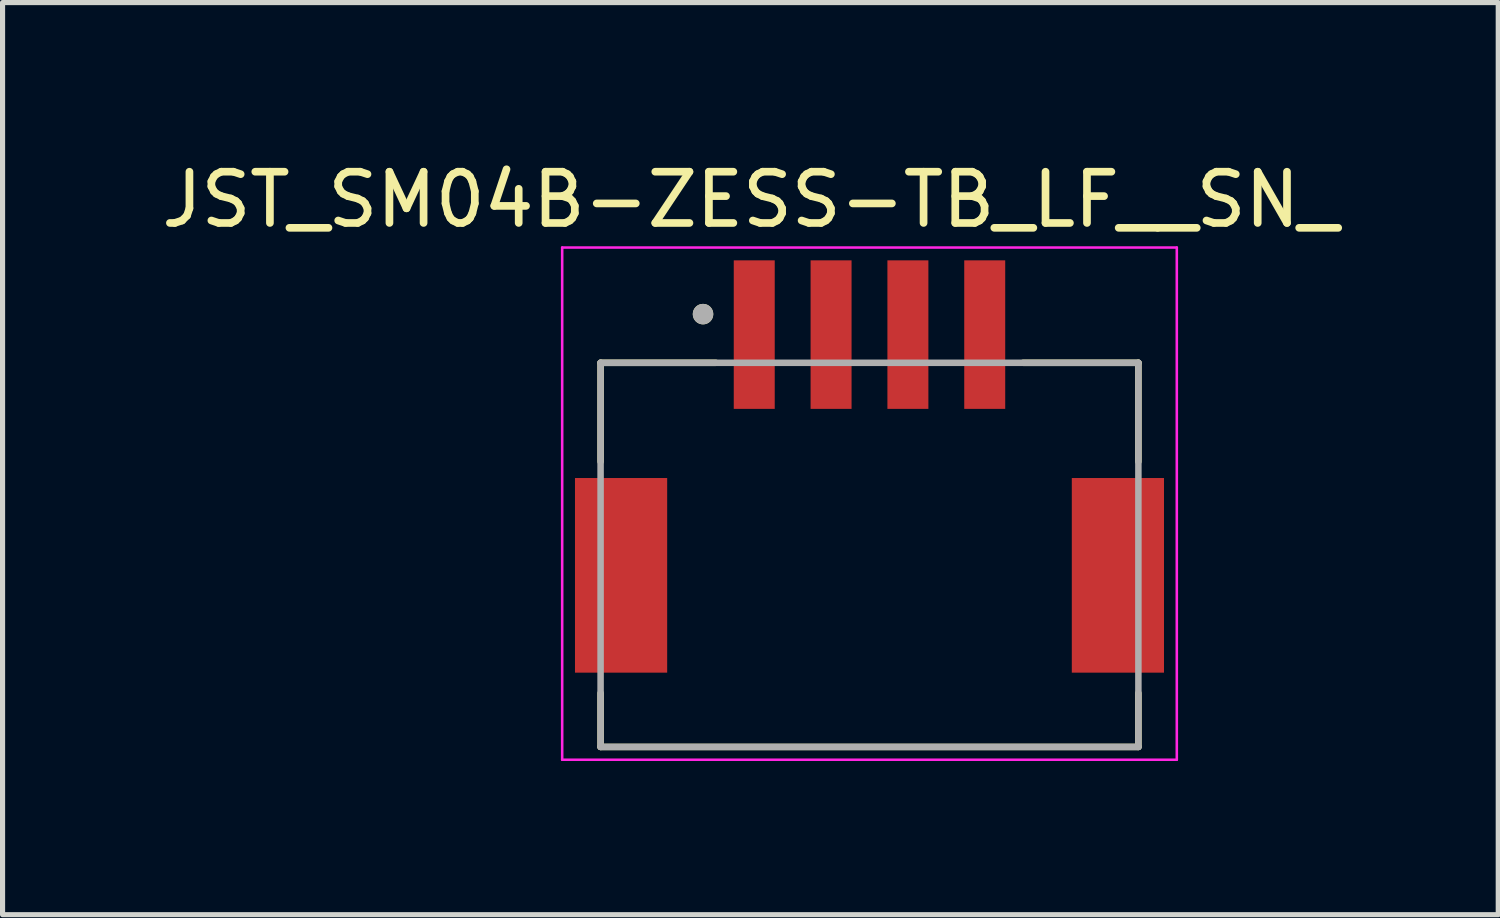
<source format=kicad_pcb>
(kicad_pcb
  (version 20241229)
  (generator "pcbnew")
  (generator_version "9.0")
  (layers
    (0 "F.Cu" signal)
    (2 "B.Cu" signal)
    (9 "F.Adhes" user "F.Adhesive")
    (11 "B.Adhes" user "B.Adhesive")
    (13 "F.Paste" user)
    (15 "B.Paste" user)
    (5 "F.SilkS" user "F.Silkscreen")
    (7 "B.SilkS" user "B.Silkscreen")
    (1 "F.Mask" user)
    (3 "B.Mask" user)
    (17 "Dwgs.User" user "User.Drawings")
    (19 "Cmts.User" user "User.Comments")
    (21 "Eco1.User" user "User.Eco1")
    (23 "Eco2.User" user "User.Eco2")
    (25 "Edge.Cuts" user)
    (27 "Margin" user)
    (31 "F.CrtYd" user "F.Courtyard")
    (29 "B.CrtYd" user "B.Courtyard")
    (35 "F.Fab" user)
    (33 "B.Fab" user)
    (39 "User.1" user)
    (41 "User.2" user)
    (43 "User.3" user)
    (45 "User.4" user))
  (footprint "JST_SM04B-ZESS-TB_LF__SN_"
    (layer "F.Cu")
    (at 13.926 3.483)
    (property "Reference" "JST_SM04B-ZESS-TB_LF__SN_" (at -2.325 -2.635 0) (layer "F.SilkS") (effects (font (size 1 1) (thickness 0.15))))
    (attr smd)
    (fp_line (start -5.25 0.55) (end -5.25 2.48) (stroke (width 0.127) (type solid)) (layer "F.SilkS"))
    (fp_line (start -5.25 7) (end -5.25 8.05) (stroke (width 0.127) (type solid)) (layer "F.SilkS"))
    (fp_line (start -5.25 8.05) (end 5.25 8.05) (stroke (width 0.127) (type solid)) (layer "F.SilkS"))
    (fp_line (start -3 0.55) (end -5.25 0.55) (stroke (width 0.127) (type solid)) (layer "F.SilkS"))
    (fp_line (start 3 0.55) (end 5.25 0.55) (stroke (width 0.127) (type solid)) (layer "F.SilkS"))
    (fp_line (start 5.25 0.55) (end 5.25 2.48) (stroke (width 0.127) (type solid)) (layer "F.SilkS"))
    (fp_line (start 5.25 8.05) (end 5.25 7) (stroke (width 0.127) (type solid)) (layer "F.SilkS"))
    (fp_circle (center -3.25 -0.4) (end -3.15 -0.4) (stroke (width 0.2) (type solid)) (fill no) (layer "F.SilkS"))
    (fp_line (start -6 -1.7) (end 6 -1.7) (stroke (width 0.05) (type solid)) (layer "F.CrtYd"))
    (fp_line (start -6 8.3) (end -6 -1.7) (stroke (width 0.05) (type solid)) (layer "F.CrtYd"))
    (fp_line (start 6 -1.7) (end 6 8.3) (stroke (width 0.05) (type solid)) (layer "F.CrtYd"))
    (fp_line (start 6 8.3) (end -6 8.3) (stroke (width 0.05) (type solid)) (layer "F.CrtYd"))
    (fp_line (start -5.25 0.55) (end 5.25 0.55) (stroke (width 0.127) (type solid)) (layer "F.Fab"))
    (fp_line (start -5.25 8.05) (end -5.25 0.55) (stroke (width 0.127) (type solid)) (layer "F.Fab"))
    (fp_line (start 5.25 0.55) (end 5.25 8.05) (stroke (width 0.127) (type solid)) (layer "F.Fab"))
    (fp_line (start 5.25 8.05) (end -5.25 8.05) (stroke (width 0.127) (type solid)) (layer "F.Fab"))
    (fp_circle (center -3.25 -0.4) (end -3.15 -0.4) (stroke (width 0.2) (type solid)) (fill no) (layer "F.Fab"))
    (pad "1" smd rect (at -2.25 0) (size 0.8 2.9) (layers "F.Cu" "F.Mask" "F.Paste"))
    (pad "2" smd rect (at -0.75 0) (size 0.8 2.9) (layers "F.Cu" "F.Mask" "F.Paste"))
    (pad "3" smd rect (at 0.75 0) (size 0.8 2.9) (layers "F.Cu" "F.Mask" "F.Paste"))
    (pad "4" smd rect (at 2.25 0) (size 0.8 2.9) (layers "F.Cu" "F.Mask" "F.Paste"))
    (pad "S1" smd rect (at -4.85 4.7) (size 1.8 3.8) (layers "F.Cu" "F.Mask" "F.Paste"))
    (pad "S2" smd rect (at 4.85 4.7) (size 1.8 3.8) (layers "F.Cu" "F.Mask" "F.Paste")))
  (gr_rect
    (start -3 -3)
    (end 26.202 14.808)
    (stroke (width 0.1) (type default))
    (fill no)
    (layer "Edge.Cuts")))
</source>
